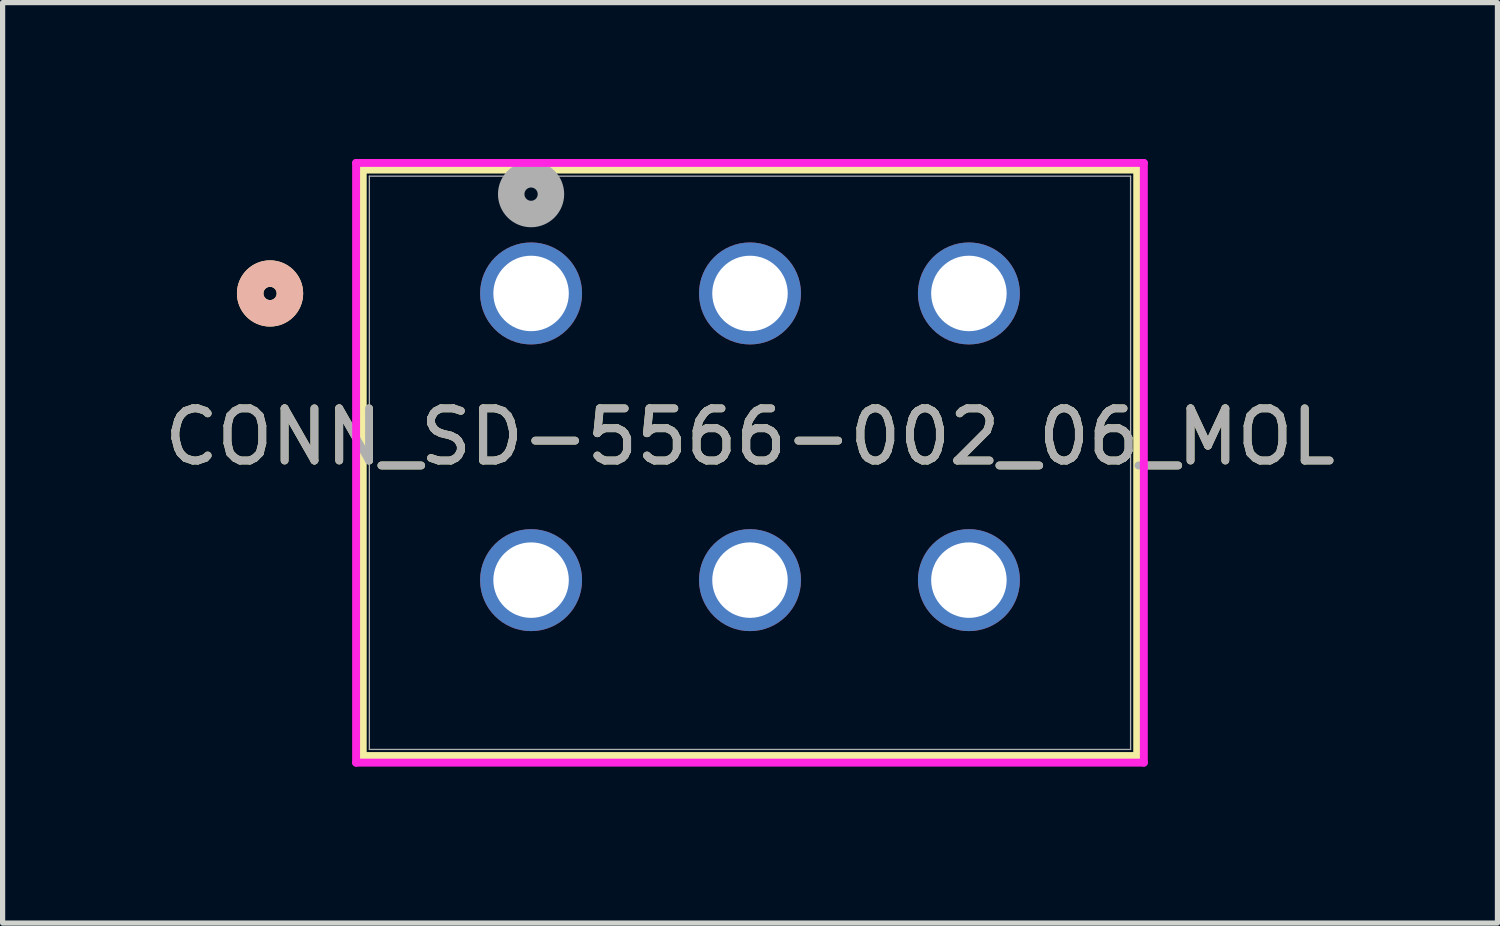
<source format=kicad_pcb>
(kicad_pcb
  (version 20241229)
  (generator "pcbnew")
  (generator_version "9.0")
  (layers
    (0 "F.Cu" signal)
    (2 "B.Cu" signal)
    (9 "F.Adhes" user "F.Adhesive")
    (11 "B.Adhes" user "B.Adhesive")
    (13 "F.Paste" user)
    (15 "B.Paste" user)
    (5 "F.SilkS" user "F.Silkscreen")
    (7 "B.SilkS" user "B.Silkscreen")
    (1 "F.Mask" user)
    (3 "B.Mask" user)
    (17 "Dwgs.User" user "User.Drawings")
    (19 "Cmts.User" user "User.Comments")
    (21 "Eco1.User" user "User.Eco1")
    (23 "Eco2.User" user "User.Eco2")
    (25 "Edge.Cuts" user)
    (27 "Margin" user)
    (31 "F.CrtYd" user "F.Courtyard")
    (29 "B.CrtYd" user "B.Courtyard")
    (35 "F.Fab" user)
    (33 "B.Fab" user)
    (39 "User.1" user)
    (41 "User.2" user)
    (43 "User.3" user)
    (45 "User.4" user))
  (footprint "CONN_SD-5566-002_06_MOL"
    (layer "F.Cu")
    (at 7.139 2.58)
    (property "Reference" "CONN_SD-5566-002_06_MOL" (at 4.2 2.75 0) (unlocked yes) (layer "F.SilkS") (effects (font (size 1 1) (thickness 0.15))))
    (attr through_hole)
    (fp_line (start -3.23 -2.377) (end -3.23 8.875) (stroke (width 0.152) (type solid)) (layer "F.SilkS"))
    (fp_line (start -3.23 8.875) (end 11.629 8.875) (stroke (width 0.152) (type solid)) (layer "F.SilkS"))
    (fp_line (start 11.629 -2.377) (end -3.23 -2.377) (stroke (width 0.152) (type solid)) (layer "F.SilkS"))
    (fp_line (start 11.629 8.875) (end 11.629 -2.377) (stroke (width 0.152) (type solid)) (layer "F.SilkS"))
    (fp_circle (center -5.008 0) (end -4.627 0) (stroke (width 0.508) (type solid)) (fill no) (layer "F.SilkS"))
    (fp_circle (center -5.008 0) (end -4.627 0) (stroke (width 0.508) (type solid)) (fill no) (layer "B.SilkS"))
    (fp_line (start -3.357 -2.504) (end -3.357 9.002) (stroke (width 0.152) (type solid)) (layer "F.CrtYd"))
    (fp_line (start -3.357 9.002) (end 11.756 9.002) (stroke (width 0.152) (type solid)) (layer "F.CrtYd"))
    (fp_line (start 11.756 -2.504) (end -3.357 -2.504) (stroke (width 0.152) (type solid)) (layer "F.CrtYd"))
    (fp_line (start 11.756 9.002) (end 11.756 -2.504) (stroke (width 0.152) (type solid)) (layer "F.CrtYd"))
    (fp_line (start -3.103 -2.25) (end -3.103 8.748) (stroke (width 0.025) (type solid)) (layer "F.Fab"))
    (fp_line (start -3.103 8.748) (end 11.502 8.748) (stroke (width 0.025) (type solid)) (layer "F.Fab"))
    (fp_line (start 11.502 -2.25) (end -3.103 -2.25) (stroke (width 0.025) (type solid)) (layer "F.Fab"))
    (fp_line (start 11.502 8.748) (end 11.502 -2.25) (stroke (width 0.025) (type solid)) (layer "F.Fab"))
    (fp_circle (center 0 -1.905) (end 0.381 -1.905) (stroke (width 0.508) (type solid)) (fill no) (layer "F.Fab"))
    (fp_text user "${REFERENCE}" (at 4.2 2.75 0) (unlocked yes) (layer "F.Fab") (effects (font (size 1 1) (thickness 0.15))))
    (pad "1" thru_hole circle (at 0 0) (size 1.956 1.956) (drill 1.448) (layers "*.Cu" "*.Mask"))
    (pad "2" thru_hole circle (at 4.2 0) (size 1.956 1.956) (drill 1.448) (layers "*.Cu" "*.Mask"))
    (pad "3" thru_hole circle (at 8.4 0) (size 1.956 1.956) (drill 1.448) (layers "*.Cu" "*.Mask"))
    (pad "4" thru_hole circle (at 0 5.5) (size 1.956 1.956) (drill 1.448) (layers "*.Cu" "*.Mask"))
    (pad "5" thru_hole circle (at 4.2 5.5) (size 1.956 1.956) (drill 1.448) (layers "*.Cu" "*.Mask"))
    (pad "6" thru_hole circle (at 8.4 5.5) (size 1.956 1.956) (drill 1.448) (layers "*.Cu" "*.Mask")))
  (gr_rect
    (start -3 -3)
    (end 25.679 14.659)
    (stroke (width 0.1) (type default))
    (fill no)
    (layer "Edge.Cuts")))
</source>
